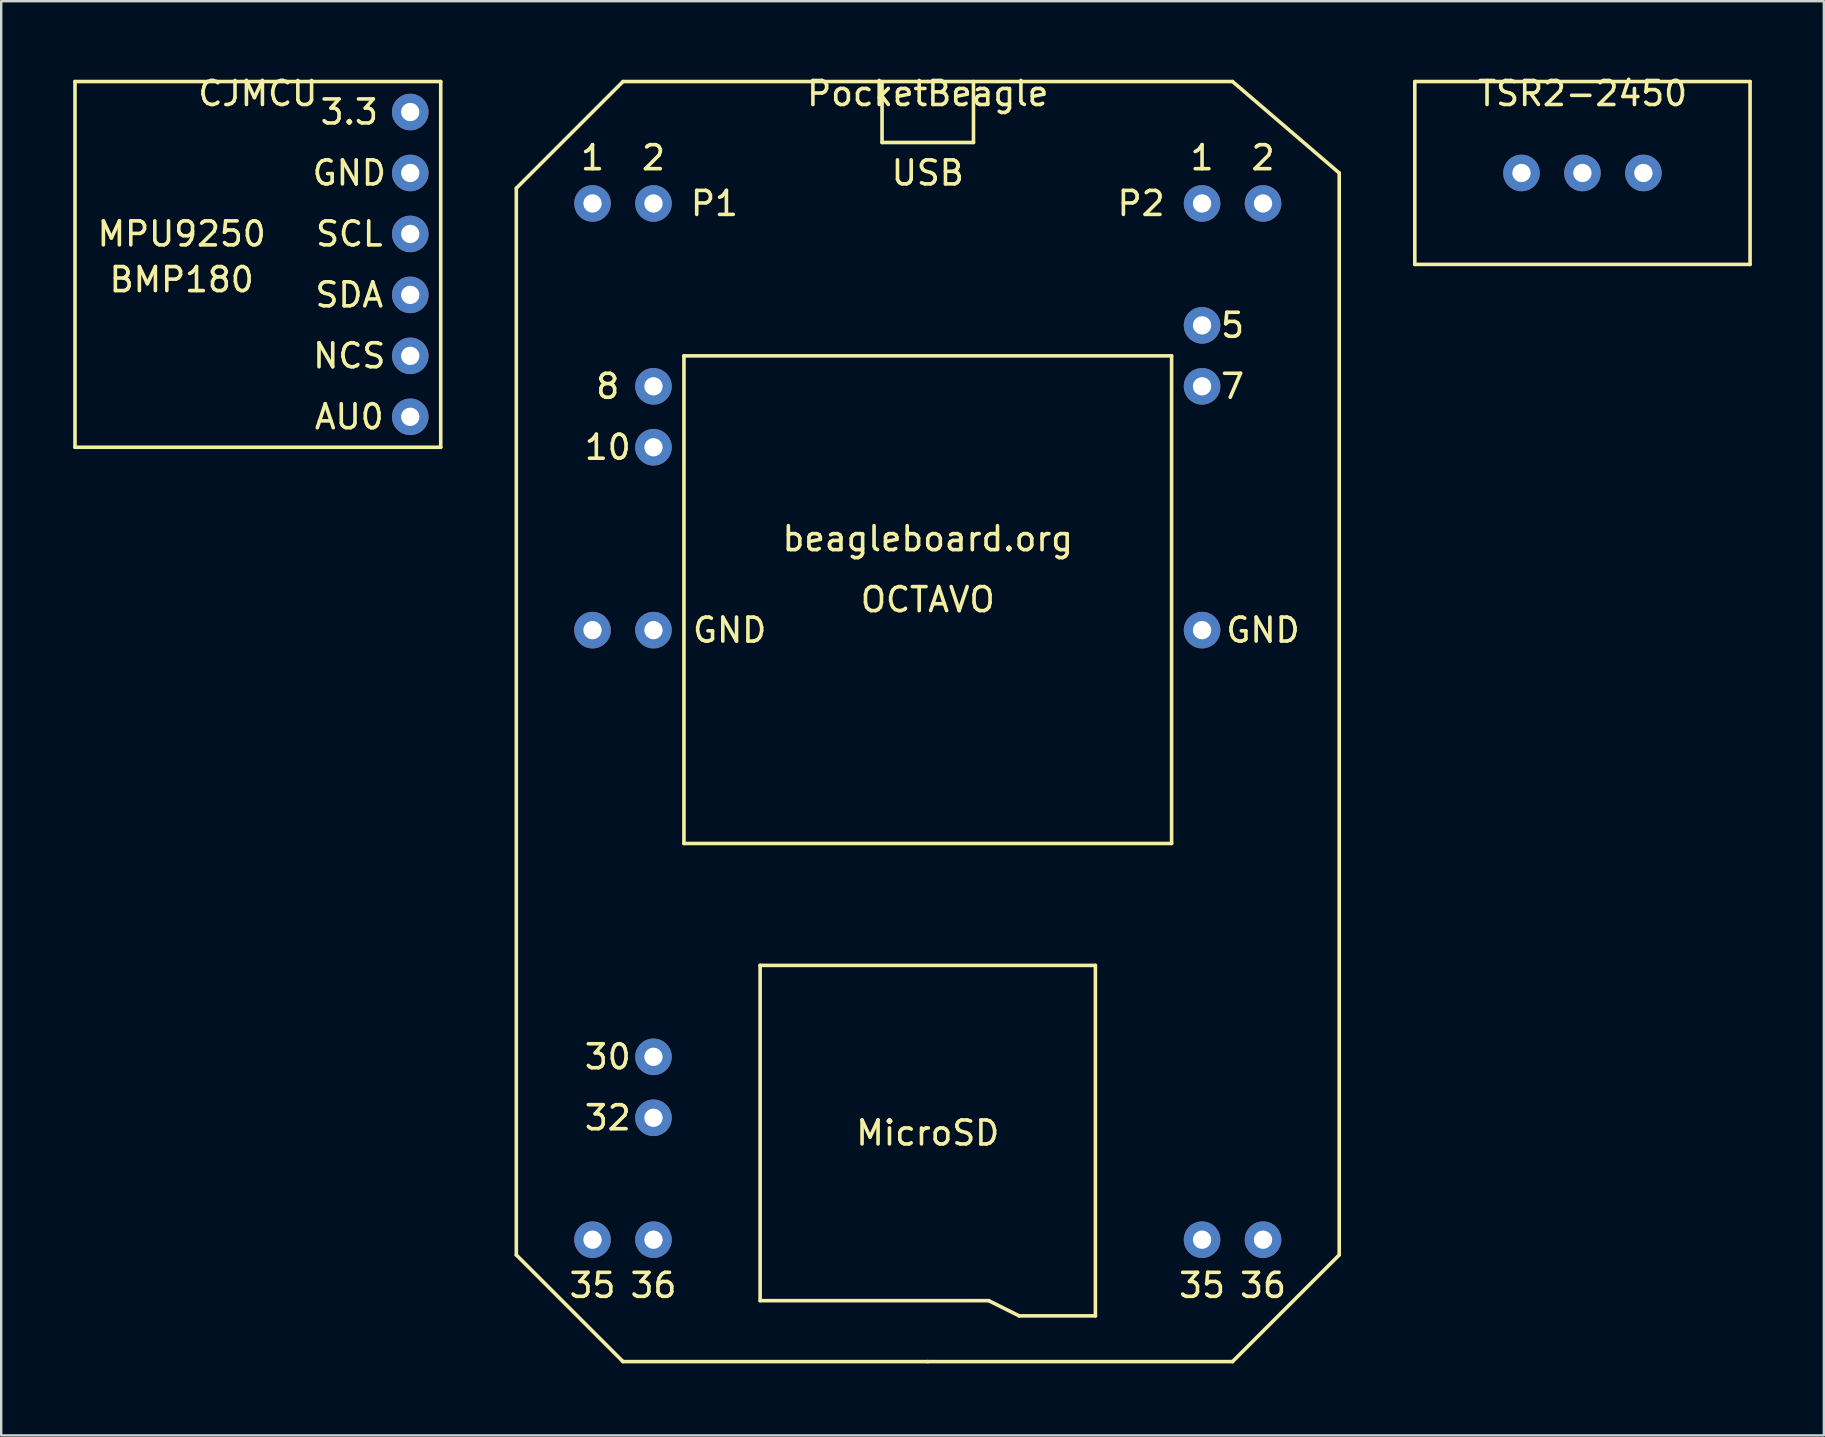
<source format=kicad_pcb>
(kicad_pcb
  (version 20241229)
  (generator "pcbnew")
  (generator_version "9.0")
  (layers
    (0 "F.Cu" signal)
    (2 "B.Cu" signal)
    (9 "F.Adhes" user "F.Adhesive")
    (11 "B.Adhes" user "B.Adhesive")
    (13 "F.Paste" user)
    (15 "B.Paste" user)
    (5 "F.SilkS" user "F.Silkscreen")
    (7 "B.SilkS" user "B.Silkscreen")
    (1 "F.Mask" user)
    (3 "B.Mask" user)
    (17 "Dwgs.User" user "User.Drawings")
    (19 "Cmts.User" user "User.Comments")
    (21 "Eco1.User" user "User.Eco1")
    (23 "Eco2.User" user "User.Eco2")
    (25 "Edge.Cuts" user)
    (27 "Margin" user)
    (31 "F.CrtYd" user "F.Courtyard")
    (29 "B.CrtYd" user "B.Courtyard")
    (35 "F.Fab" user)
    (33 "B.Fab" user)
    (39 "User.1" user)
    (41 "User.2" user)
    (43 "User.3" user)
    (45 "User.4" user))
  (footprint "CJMCU"
    (layer "F.Cu")
    (at 7.695 0.348)
    (property "Reference" "CJMCU" (at 0 0.5 0) (layer "F.SilkS") (effects (font (size 1 1) (thickness 0.15))))
    (attr through_hole)
    (fp_line (start -7.62 0) (end -7.62 15.24) (stroke (width 0.15) (type solid)) (layer "F.SilkS"))
    (fp_line (start -7.62 15.24) (end 7.62 15.24) (stroke (width 0.15) (type solid)) (layer "F.SilkS"))
    (fp_line (start 7.62 0) (end -7.62 0) (stroke (width 0.15) (type solid)) (layer "F.SilkS"))
    (fp_line (start 7.62 15.24) (end 7.62 0) (stroke (width 0.15) (type solid)) (layer "F.SilkS"))
    (fp_text user "AU0" (at 3.81 13.97 0) (layer "F.SilkS") (effects (font (size 1 1) (thickness 0.15))))
    (fp_text user "GND" (at 3.81 3.81 0) (layer "F.SilkS") (effects (font (size 1 1) (thickness 0.15))))
    (fp_text user "MPU9250" (at -3.175 6.35 0) (layer "F.SilkS") (effects (font (size 1 1) (thickness 0.15))))
    (fp_text user "SDA" (at 3.81 8.89 0) (layer "F.SilkS") (effects (font (size 1 1) (thickness 0.15))))
    (fp_text user "BMP180" (at -3.175 8.255 0) (layer "F.SilkS") (effects (font (size 1 1) (thickness 0.15))))
    (fp_text user "3.3" (at 3.81 1.27 0) (layer "F.SilkS") (effects (font (size 1 1) (thickness 0.15))))
    (fp_text user "NCS" (at 3.81 11.43 0) (layer "F.SilkS") (effects (font (size 1 1) (thickness 0.15))))
    (fp_text user "SCL" (at 3.81 6.35 0) (layer "F.SilkS") (effects (font (size 1 1) (thickness 0.15))))
    (pad "1" thru_hole circle (at 6.35 1.27) (size 1.524 1.524) (drill 0.762) (layers "*.Cu" "*.Mask"))
    (pad "2" thru_hole circle (at 6.35 3.81) (size 1.524 1.524) (drill 0.762) (layers "*.Cu" "*.Mask"))
    (pad "3" thru_hole circle (at 6.35 6.35) (size 1.524 1.524) (drill 0.762) (layers "*.Cu" "*.Mask"))
    (pad "4" thru_hole circle (at 6.35 8.89) (size 1.524 1.524) (drill 0.762) (layers "*.Cu" "*.Mask"))
    (pad "5" thru_hole circle (at 6.35 11.43) (size 1.524 1.524) (drill 0.762) (layers "*.Cu" "*.Mask"))
    (pad "6" thru_hole circle (at 6.35 13.97) (size 1.524 1.524) (drill 0.762) (layers "*.Cu" "*.Mask")))
  (footprint "TSR2-2450"
    (layer "F.Cu")
    (at 62.89 0.348)
    (property "Reference" "TSR2-2450" (at 0 0.5 0) (layer "F.SilkS") (effects (font (size 1 1) (thickness 0.15))))
    (attr through_hole)
    (fp_line (start -6.985 0) (end -6.985 7.62) (stroke (width 0.15) (type solid)) (layer "F.SilkS"))
    (fp_line (start -6.985 7.62) (end 6.985 7.62) (stroke (width 0.15) (type solid)) (layer "F.SilkS"))
    (fp_line (start 6.985 0) (end -6.985 0) (stroke (width 0.15) (type solid)) (layer "F.SilkS"))
    (fp_line (start 6.985 7.62) (end 6.985 0) (stroke (width 0.15) (type solid)) (layer "F.SilkS"))
    (pad "1" thru_hole circle (at -2.54 3.81) (size 1.524 1.524) (drill 0.762) (layers "*.Cu" "*.Mask"))
    (pad "2" thru_hole circle (at 0 3.81) (size 1.524 1.524) (drill 0.762) (layers "*.Cu" "*.Mask"))
    (pad "3" thru_hole circle (at 2.54 3.81) (size 1.524 1.524) (drill 0.762) (layers "*.Cu" "*.Mask")))
  (footprint "PocketBeagle"
    (layer "F.Cu")
    (at 35.61 0.348)
    (property "Reference" "PocketBeagle" (at 0 0.5 0) (layer "F.SilkS") (effects (font (size 1 1) (thickness 0.15))))
    (attr through_hole)
    (fp_line (start -17.145 48.895) (end -17.145 4.445) (stroke (width 0.15) (type solid)) (layer "F.SilkS"))
    (fp_line (start -12.7 0) (end -17.145 4.445) (stroke (width 0.15) (type solid)) (layer "F.SilkS"))
    (fp_line (start -12.7 53.34) (end -17.145 48.895) (stroke (width 0.15) (type solid)) (layer "F.SilkS"))
    (fp_line (start -10.16 11.43) (end -10.16 31.75) (stroke (width 0.15) (type solid)) (layer "F.SilkS"))
    (fp_line (start -10.16 31.75) (end 10.16 31.75) (stroke (width 0.15) (type solid)) (layer "F.SilkS"))
    (fp_line (start -6.985 36.83) (end 6.985 36.83) (stroke (width 0.15) (type solid)) (layer "F.SilkS"))
    (fp_line (start -6.985 50.8) (end -6.985 36.83) (stroke (width 0.15) (type solid)) (layer "F.SilkS"))
    (fp_line (start -1.905 0) (end -1.905 2.54) (stroke (width 0.15) (type solid)) (layer "F.SilkS"))
    (fp_line (start -1.905 2.54) (end 1.905 2.54) (stroke (width 0.15) (type solid)) (layer "F.SilkS"))
    (fp_line (start 0 0) (end -12.7 0) (stroke (width 0.15) (type solid)) (layer "F.SilkS"))
    (fp_line (start 0 0) (end 12.7 0) (stroke (width 0.15) (type solid)) (layer "F.SilkS"))
    (fp_line (start 0 53.34) (end -12.7 53.34) (stroke (width 0.15) (type solid)) (layer "F.SilkS"))
    (fp_line (start 1.905 2.54) (end 1.905 0) (stroke (width 0.15) (type solid)) (layer "F.SilkS"))
    (fp_line (start 2.54 50.8) (end -6.985 50.8) (stroke (width 0.15) (type solid)) (layer "F.SilkS"))
    (fp_line (start 3.81 51.435) (end 2.54 50.8) (stroke (width 0.15) (type solid)) (layer "F.SilkS"))
    (fp_line (start 6.985 36.83) (end 6.985 51.435) (stroke (width 0.15) (type solid)) (layer "F.SilkS"))
    (fp_line (start 6.985 51.435) (end 3.81 51.435) (stroke (width 0.15) (type solid)) (layer "F.SilkS"))
    (fp_line (start 10.16 11.43) (end -10.16 11.43) (stroke (width 0.15) (type solid)) (layer "F.SilkS"))
    (fp_line (start 10.16 31.75) (end 10.16 11.43) (stroke (width 0.15) (type solid)) (layer "F.SilkS"))
    (fp_line (start 12.7 0) (end 17.145 3.81) (stroke (width 0.15) (type solid)) (layer "F.SilkS"))
    (fp_line (start 12.7 53.34) (end 0 53.34) (stroke (width 0.15) (type solid)) (layer "F.SilkS"))
    (fp_line (start 17.145 3.81) (end 17.145 48.895) (stroke (width 0.15) (type solid)) (layer "F.SilkS"))
    (fp_line (start 17.145 48.895) (end 12.7 53.34) (stroke (width 0.15) (type solid)) (layer "F.SilkS"))
    (fp_text user "OCTAVO" (at 0 21.59 0) (layer "F.SilkS") (effects (font (size 1 1) (thickness 0.15))))
    (fp_text user "1" (at -13.97 3.175 0) (layer "F.SilkS") (effects (font (size 1 1) (thickness 0.15))))
    (fp_text user "7" (at 12.7 12.7 0) (layer "F.SilkS") (effects (font (size 1 1) (thickness 0.15))))
    (fp_text user "10" (at -13.335 15.24 0) (layer "F.SilkS") (effects (font (size 1 1) (thickness 0.15))))
    (fp_text user "beagleboard.org" (at 0 19.05 0) (layer "F.SilkS") (effects (font (size 1 1) (thickness 0.15))))
    (fp_text user "35" (at 11.43 50.165 0) (layer "F.SilkS") (effects (font (size 1 1) (thickness 0.15))))
    (fp_text user "USB" (at 0 3.81 0) (layer "F.SilkS") (effects (font (size 1 1) (thickness 0.15))))
    (fp_text user "30" (at -13.335 40.64 0) (layer "F.SilkS") (effects (font (size 1 1) (thickness 0.15))))
    (fp_text user "8" (at -13.335 12.7 0) (layer "F.SilkS") (effects (font (size 1 1) (thickness 0.15))))
    (fp_text user "GND" (at 13.97 22.86 0) (layer "F.SilkS") (effects (font (size 1 1) (thickness 0.15))))
    (fp_text user "35" (at -13.97 50.165 0) (layer "F.SilkS") (effects (font (size 1 1) (thickness 0.15))))
    (fp_text user "36" (at 13.97 50.165 0) (layer "F.SilkS") (effects (font (size 1 1) (thickness 0.15))))
    (fp_text user "5" (at 12.7 10.16 0) (layer "F.SilkS") (effects (font (size 1 1) (thickness 0.15))))
    (fp_text user "2" (at 13.97 3.175 0) (layer "F.SilkS") (effects (font (size 1 1) (thickness 0.15))))
    (fp_text user "1" (at 11.43 3.175 0) (layer "F.SilkS") (effects (font (size 1 1) (thickness 0.15))))
    (fp_text user "36" (at -11.43 50.165 0) (layer "F.SilkS") (effects (font (size 1 1) (thickness 0.15))))
    (fp_text user "P2" (at 8.89 5.08 0) (layer "F.SilkS") (effects (font (size 1 1) (thickness 0.15))))
    (fp_text user "32" (at -13.335 43.18 0) (layer "F.SilkS") (effects (font (size 1 1) (thickness 0.15))))
    (fp_text user "GND" (at -8.255 22.86 0) (layer "F.SilkS") (effects (font (size 1 1) (thickness 0.15))))
    (fp_text user "P1" (at -8.89 5.08 0) (layer "F.SilkS") (effects (font (size 1 1) (thickness 0.15))))
    (fp_text user "MicroSD" (at 0 43.815 0) (layer "F.SilkS") (effects (font (size 1 1) (thickness 0.15))))
    (fp_text user "2" (at -11.43 3.175 0) (layer "F.SilkS") (effects (font (size 1 1) (thickness 0.15))))
    (pad "1" thru_hole circle (at -13.97 5.08) (size 1.524 1.524) (drill 0.762) (layers "*.Cu" "*.Mask"))
    (pad "2" thru_hole circle (at -11.43 5.08) (size 1.524 1.524) (drill 0.762) (layers "*.Cu" "*.Mask"))
    (pad "8" thru_hole circle (at -11.43 12.7) (size 1.524 1.524) (drill 0.762) (layers "*.Cu" "*.Mask"))
    (pad "10" thru_hole circle (at -11.43 15.24) (size 1.524 1.524) (drill 0.762) (layers "*.Cu" "*.Mask"))
    (pad "15" thru_hole circle (at -13.97 22.86) (size 1.524 1.524) (drill 0.762) (layers "*.Cu" "*.Mask"))
    (pad "16" thru_hole circle (at -11.43 22.86) (size 1.524 1.524) (drill 0.762) (layers "*.Cu" "*.Mask"))
    (pad "30" thru_hole circle (at -11.43 40.64) (size 1.524 1.524) (drill 0.762) (layers "*.Cu" "*.Mask"))
    (pad "32" thru_hole circle (at -11.43 43.18) (size 1.524 1.524) (drill 0.762) (layers "*.Cu" "*.Mask"))
    (pad "35" thru_hole circle (at -13.97 48.26) (size 1.524 1.524) (drill 0.762) (layers "*.Cu" "*.Mask"))
    (pad "36" thru_hole circle (at -11.43 48.26) (size 1.524 1.524) (drill 0.762) (layers "*.Cu" "*.Mask"))
    (pad "37" thru_hole circle (at 11.43 5.08) (size 1.524 1.524) (drill 0.762) (layers "*.Cu" "*.Mask"))
    (pad "38" thru_hole circle (at 13.97 5.08) (size 1.524 1.524) (drill 0.762) (layers "*.Cu" "*.Mask"))
    (pad "41" thru_hole circle (at 11.43 10.16) (size 1.524 1.524) (drill 0.762) (layers "*.Cu" "*.Mask"))
    (pad "43" thru_hole circle (at 11.43 12.7) (size 1.524 1.524) (drill 0.762) (layers "*.Cu" "*.Mask"))
    (pad "51" thru_hole circle (at 11.43 22.86) (size 1.524 1.524) (drill 0.762) (layers "*.Cu" "*.Mask"))
    (pad "71" thru_hole circle (at 11.43 48.26) (size 1.524 1.524) (drill 0.762) (layers "*.Cu" "*.Mask"))
    (pad "72" thru_hole circle (at 13.97 48.26) (size 1.524 1.524) (drill 0.762) (layers "*.Cu" "*.Mask")))
  (gr_rect
    (start -3 -3)
    (end 72.95 56.763)
    (stroke (width 0.1) (type default))
    (fill no)
    (layer "Edge.Cuts")))
</source>
